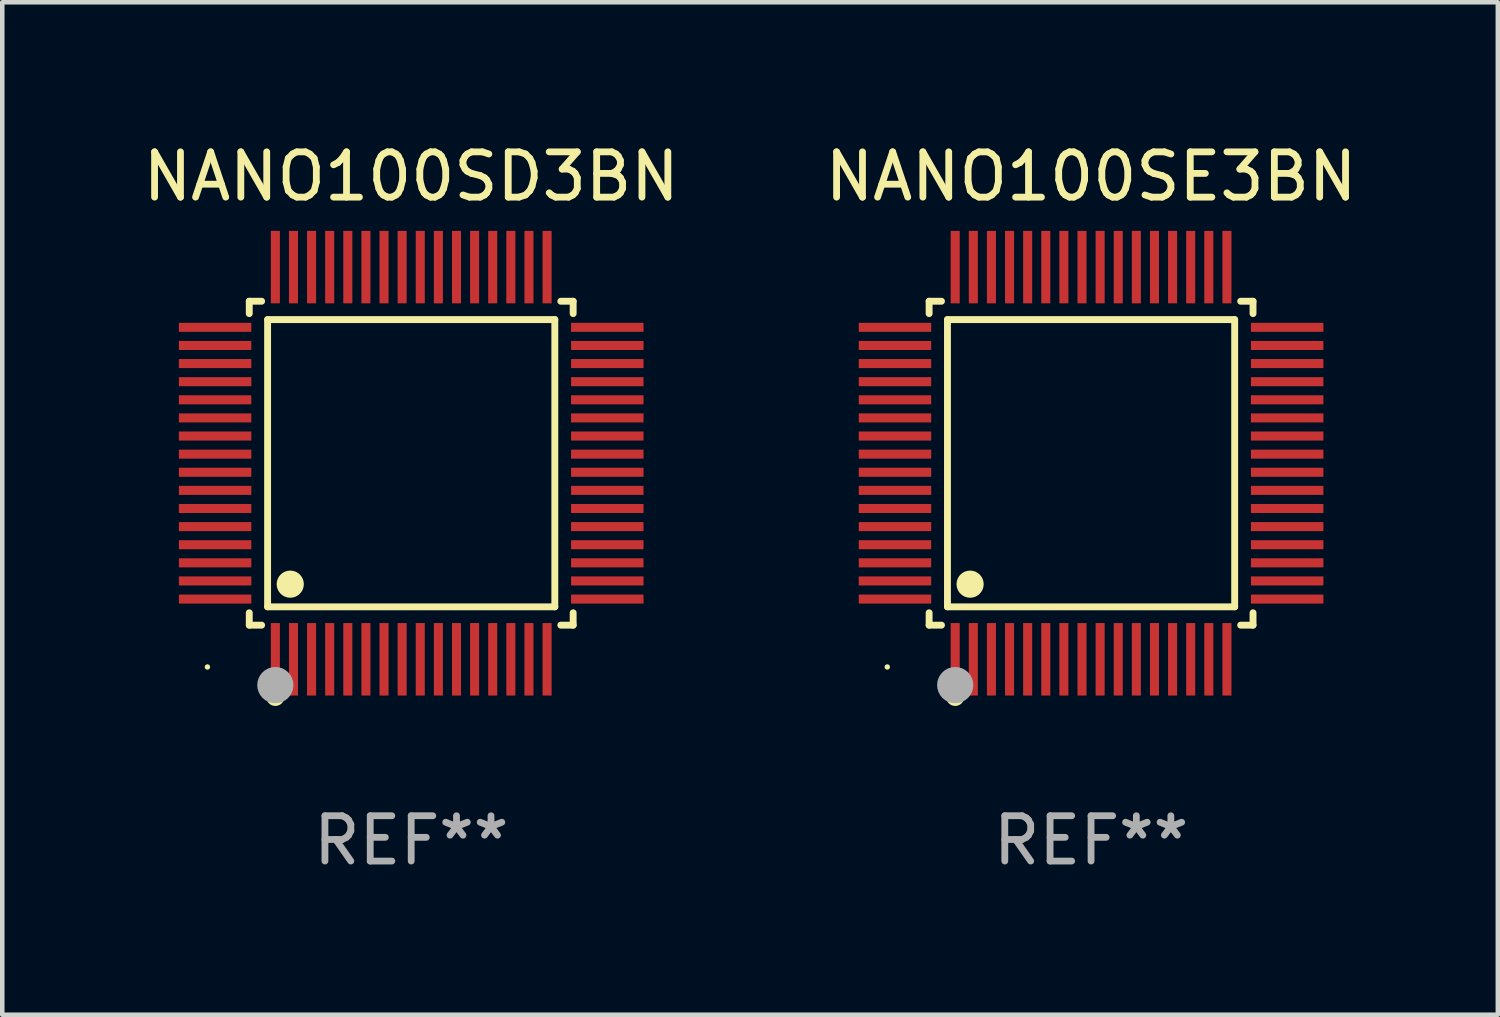
<source format=kicad_pcb>
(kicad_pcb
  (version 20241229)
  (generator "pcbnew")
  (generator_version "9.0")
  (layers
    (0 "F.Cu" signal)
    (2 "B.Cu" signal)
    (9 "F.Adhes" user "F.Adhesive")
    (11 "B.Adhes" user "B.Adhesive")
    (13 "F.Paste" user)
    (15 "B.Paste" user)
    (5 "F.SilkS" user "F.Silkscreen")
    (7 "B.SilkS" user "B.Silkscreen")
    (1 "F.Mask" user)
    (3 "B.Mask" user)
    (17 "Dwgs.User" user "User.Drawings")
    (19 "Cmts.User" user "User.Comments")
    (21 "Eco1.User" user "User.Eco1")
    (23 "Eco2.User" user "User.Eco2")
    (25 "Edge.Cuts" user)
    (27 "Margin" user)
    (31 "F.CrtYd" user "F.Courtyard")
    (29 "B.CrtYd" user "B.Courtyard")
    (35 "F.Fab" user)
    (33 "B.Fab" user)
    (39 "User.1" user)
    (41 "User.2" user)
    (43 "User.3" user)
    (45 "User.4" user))
  (footprint "NANO100SE3BN"
    (layer "F.Cu")
    (at 21.042 7.178)
    (property "Reference" "NANO100SE3BN" (at 0 -6.33 0) (layer "F.SilkS") (effects (font (size 1 1) (thickness 0.15))))
    (attr through_hole)
    (fp_line (start -3.576 -3.576) (end -3.303 -3.576) (stroke (width 0.152) (type solid)) (layer "F.SilkS"))
    (fp_line (start -3.576 -3.303) (end -3.576 -3.576) (stroke (width 0.152) (type solid)) (layer "F.SilkS"))
    (fp_line (start -3.576 3.303) (end -3.576 3.576) (stroke (width 0.152) (type solid)) (layer "F.SilkS"))
    (fp_line (start -3.576 3.576) (end -3.303 3.576) (stroke (width 0.152) (type solid)) (layer "F.SilkS"))
    (fp_line (start -3.171 -3.171) (end 3.171 -3.171) (stroke (width 0.152) (type solid)) (layer "F.SilkS"))
    (fp_line (start -3.171 3.171) (end -3.171 -3.171) (stroke (width 0.152) (type solid)) (layer "F.SilkS"))
    (fp_line (start 3.171 -3.171) (end 3.171 3.171) (stroke (width 0.152) (type solid)) (layer "F.SilkS"))
    (fp_line (start 3.171 3.171) (end -3.171 3.171) (stroke (width 0.152) (type solid)) (layer "F.SilkS"))
    (fp_line (start 3.576 -3.576) (end 3.303 -3.576) (stroke (width 0.152) (type solid)) (layer "F.SilkS"))
    (fp_line (start 3.576 -3.303) (end 3.576 -3.576) (stroke (width 0.152) (type solid)) (layer "F.SilkS"))
    (fp_line (start 3.576 3.303) (end 3.576 3.576) (stroke (width 0.152) (type solid)) (layer "F.SilkS"))
    (fp_line (start 3.576 3.576) (end 3.303 3.576) (stroke (width 0.152) (type solid)) (layer "F.SilkS"))
    (fp_circle (center -4.5 4.5) (end -4.47 4.5) (stroke (width 0.06) (type solid)) (fill no) (layer "F.SilkS"))
    (fp_circle (center -3 5.16) (end -2.9 5.16) (stroke (width 0.2) (type solid)) (fill no) (layer "F.SilkS"))
    (fp_circle (center -2.671 2.671) (end -2.521 2.671) (stroke (width 0.3) (type solid)) (fill no) (layer "F.SilkS"))
    (fp_circle (center -3 4.9) (end -2.8 4.9) (stroke (width 0.4) (type solid)) (fill no) (layer "F.Fab"))
    (fp_text user "REF**" (at 0 8.33 0) (layer "F.Fab") (effects (font (size 1 1) (thickness 0.15))))
    (pad "1" smd rect (at -3 4.33) (size 0.2 1.6) (layers "F.Cu" "F.Mask" "F.Paste"))
    (pad "2" smd rect (at -2.6 4.33) (size 0.2 1.6) (layers "F.Cu" "F.Mask" "F.Paste"))
    (pad "3" smd rect (at -2.2 4.33) (size 0.2 1.6) (layers "F.Cu" "F.Mask" "F.Paste"))
    (pad "4" smd rect (at -1.8 4.33) (size 0.2 1.6) (layers "F.Cu" "F.Mask" "F.Paste"))
    (pad "5" smd rect (at -1.4 4.33) (size 0.2 1.6) (layers "F.Cu" "F.Mask" "F.Paste"))
    (pad "6" smd rect (at -1 4.33) (size 0.2 1.6) (layers "F.Cu" "F.Mask" "F.Paste"))
    (pad "7" smd rect (at -0.6 4.33) (size 0.2 1.6) (layers "F.Cu" "F.Mask" "F.Paste"))
    (pad "8" smd rect (at -0.2 4.33) (size 0.2 1.6) (layers "F.Cu" "F.Mask" "F.Paste"))
    (pad "9" smd rect (at 0.2 4.33) (size 0.2 1.6) (layers "F.Cu" "F.Mask" "F.Paste"))
    (pad "10" smd rect (at 0.6 4.33) (size 0.2 1.6) (layers "F.Cu" "F.Mask" "F.Paste"))
    (pad "11" smd rect (at 1 4.33) (size 0.2 1.6) (layers "F.Cu" "F.Mask" "F.Paste"))
    (pad "12" smd rect (at 1.4 4.33) (size 0.2 1.6) (layers "F.Cu" "F.Mask" "F.Paste"))
    (pad "13" smd rect (at 1.8 4.33) (size 0.2 1.6) (layers "F.Cu" "F.Mask" "F.Paste"))
    (pad "14" smd rect (at 2.2 4.33) (size 0.2 1.6) (layers "F.Cu" "F.Mask" "F.Paste"))
    (pad "15" smd rect (at 2.6 4.33) (size 0.2 1.6) (layers "F.Cu" "F.Mask" "F.Paste"))
    (pad "16" smd rect (at 3 4.33) (size 0.2 1.6) (layers "F.Cu" "F.Mask" "F.Paste"))
    (pad "17" smd rect (at 4.33 3) (size 1.6 0.2) (layers "F.Cu" "F.Mask" "F.Paste"))
    (pad "18" smd rect (at 4.33 2.6) (size 1.6 0.2) (layers "F.Cu" "F.Mask" "F.Paste"))
    (pad "19" smd rect (at 4.33 2.2) (size 1.6 0.2) (layers "F.Cu" "F.Mask" "F.Paste"))
    (pad "20" smd rect (at 4.33 1.8) (size 1.6 0.2) (layers "F.Cu" "F.Mask" "F.Paste"))
    (pad "21" smd rect (at 4.33 1.4) (size 1.6 0.2) (layers "F.Cu" "F.Mask" "F.Paste"))
    (pad "22" smd rect (at 4.33 1) (size 1.6 0.2) (layers "F.Cu" "F.Mask" "F.Paste"))
    (pad "23" smd rect (at 4.33 0.6) (size 1.6 0.2) (layers "F.Cu" "F.Mask" "F.Paste"))
    (pad "24" smd rect (at 4.33 0.2) (size 1.6 0.2) (layers "F.Cu" "F.Mask" "F.Paste"))
    (pad "25" smd rect (at 4.33 -0.2) (size 1.6 0.2) (layers "F.Cu" "F.Mask" "F.Paste"))
    (pad "26" smd rect (at 4.33 -0.6) (size 1.6 0.2) (layers "F.Cu" "F.Mask" "F.Paste"))
    (pad "27" smd rect (at 4.33 -1) (size 1.6 0.2) (layers "F.Cu" "F.Mask" "F.Paste"))
    (pad "28" smd rect (at 4.33 -1.4) (size 1.6 0.2) (layers "F.Cu" "F.Mask" "F.Paste"))
    (pad "29" smd rect (at 4.33 -1.8) (size 1.6 0.2) (layers "F.Cu" "F.Mask" "F.Paste"))
    (pad "30" smd rect (at 4.33 -2.2) (size 1.6 0.2) (layers "F.Cu" "F.Mask" "F.Paste"))
    (pad "31" smd rect (at 4.33 -2.6) (size 1.6 0.2) (layers "F.Cu" "F.Mask" "F.Paste"))
    (pad "32" smd rect (at 4.33 -3) (size 1.6 0.2) (layers "F.Cu" "F.Mask" "F.Paste"))
    (pad "33" smd rect (at 3 -4.33) (size 0.2 1.6) (layers "F.Cu" "F.Mask" "F.Paste"))
    (pad "34" smd rect (at 2.6 -4.33) (size 0.2 1.6) (layers "F.Cu" "F.Mask" "F.Paste"))
    (pad "35" smd rect (at 2.2 -4.33) (size 0.2 1.6) (layers "F.Cu" "F.Mask" "F.Paste"))
    (pad "36" smd rect (at 1.8 -4.33) (size 0.2 1.6) (layers "F.Cu" "F.Mask" "F.Paste"))
    (pad "37" smd rect (at 1.4 -4.33) (size 0.2 1.6) (layers "F.Cu" "F.Mask" "F.Paste"))
    (pad "38" smd rect (at 1 -4.33) (size 0.2 1.6) (layers "F.Cu" "F.Mask" "F.Paste"))
    (pad "39" smd rect (at 0.6 -4.33) (size 0.2 1.6) (layers "F.Cu" "F.Mask" "F.Paste"))
    (pad "40" smd rect (at 0.2 -4.33) (size 0.2 1.6) (layers "F.Cu" "F.Mask" "F.Paste"))
    (pad "41" smd rect (at -0.2 -4.33) (size 0.2 1.6) (layers "F.Cu" "F.Mask" "F.Paste"))
    (pad "42" smd rect (at -0.6 -4.33) (size 0.2 1.6) (layers "F.Cu" "F.Mask" "F.Paste"))
    (pad "43" smd rect (at -1 -4.33) (size 0.2 1.6) (layers "F.Cu" "F.Mask" "F.Paste"))
    (pad "44" smd rect (at -1.4 -4.33) (size 0.2 1.6) (layers "F.Cu" "F.Mask" "F.Paste"))
    (pad "45" smd rect (at -1.8 -4.33) (size 0.2 1.6) (layers "F.Cu" "F.Mask" "F.Paste"))
    (pad "46" smd rect (at -2.2 -4.33) (size 0.2 1.6) (layers "F.Cu" "F.Mask" "F.Paste"))
    (pad "47" smd rect (at -2.6 -4.33) (size 0.2 1.6) (layers "F.Cu" "F.Mask" "F.Paste"))
    (pad "48" smd rect (at -3 -4.33) (size 0.2 1.6) (layers "F.Cu" "F.Mask" "F.Paste"))
    (pad "49" smd rect (at -4.33 -3) (size 1.6 0.2) (layers "F.Cu" "F.Mask" "F.Paste"))
    (pad "50" smd rect (at -4.33 -2.6) (size 1.6 0.2) (layers "F.Cu" "F.Mask" "F.Paste"))
    (pad "51" smd rect (at -4.33 -2.2) (size 1.6 0.2) (layers "F.Cu" "F.Mask" "F.Paste"))
    (pad "52" smd rect (at -4.33 -1.8) (size 1.6 0.2) (layers "F.Cu" "F.Mask" "F.Paste"))
    (pad "53" smd rect (at -4.33 -1.4) (size 1.6 0.2) (layers "F.Cu" "F.Mask" "F.Paste"))
    (pad "54" smd rect (at -4.33 -1) (size 1.6 0.2) (layers "F.Cu" "F.Mask" "F.Paste"))
    (pad "55" smd rect (at -4.33 -0.6) (size 1.6 0.2) (layers "F.Cu" "F.Mask" "F.Paste"))
    (pad "56" smd rect (at -4.33 -0.2) (size 1.6 0.2) (layers "F.Cu" "F.Mask" "F.Paste"))
    (pad "57" smd rect (at -4.33 0.2) (size 1.6 0.2) (layers "F.Cu" "F.Mask" "F.Paste"))
    (pad "58" smd rect (at -4.33 0.6) (size 1.6 0.2) (layers "F.Cu" "F.Mask" "F.Paste"))
    (pad "59" smd rect (at -4.33 1) (size 1.6 0.2) (layers "F.Cu" "F.Mask" "F.Paste"))
    (pad "60" smd rect (at -4.33 1.4) (size 1.6 0.2) (layers "F.Cu" "F.Mask" "F.Paste"))
    (pad "61" smd rect (at -4.33 1.8) (size 1.6 0.2) (layers "F.Cu" "F.Mask" "F.Paste"))
    (pad "62" smd rect (at -4.33 2.2) (size 1.6 0.2) (layers "F.Cu" "F.Mask" "F.Paste"))
    (pad "63" smd rect (at -4.33 2.6) (size 1.6 0.2) (layers "F.Cu" "F.Mask" "F.Paste"))
    (pad "64" smd rect (at -4.33 3) (size 1.6 0.2) (layers "F.Cu" "F.Mask" "F.Paste")))
  (footprint "NANO100SD3BN"
    (layer "F.Cu")
    (at 6.03 7.178)
    (property "Reference" "NANO100SD3BN" (at 0 -6.33 0) (layer "F.SilkS") (effects (font (size 1 1) (thickness 0.15))))
    (attr through_hole)
    (fp_line (start -3.576 -3.576) (end -3.303 -3.576) (stroke (width 0.152) (type solid)) (layer "F.SilkS"))
    (fp_line (start -3.576 -3.303) (end -3.576 -3.576) (stroke (width 0.152) (type solid)) (layer "F.SilkS"))
    (fp_line (start -3.576 3.303) (end -3.576 3.576) (stroke (width 0.152) (type solid)) (layer "F.SilkS"))
    (fp_line (start -3.576 3.576) (end -3.303 3.576) (stroke (width 0.152) (type solid)) (layer "F.SilkS"))
    (fp_line (start -3.171 -3.171) (end 3.171 -3.171) (stroke (width 0.152) (type solid)) (layer "F.SilkS"))
    (fp_line (start -3.171 3.171) (end -3.171 -3.171) (stroke (width 0.152) (type solid)) (layer "F.SilkS"))
    (fp_line (start 3.171 -3.171) (end 3.171 3.171) (stroke (width 0.152) (type solid)) (layer "F.SilkS"))
    (fp_line (start 3.171 3.171) (end -3.171 3.171) (stroke (width 0.152) (type solid)) (layer "F.SilkS"))
    (fp_line (start 3.576 -3.576) (end 3.303 -3.576) (stroke (width 0.152) (type solid)) (layer "F.SilkS"))
    (fp_line (start 3.576 -3.303) (end 3.576 -3.576) (stroke (width 0.152) (type solid)) (layer "F.SilkS"))
    (fp_line (start 3.576 3.303) (end 3.576 3.576) (stroke (width 0.152) (type solid)) (layer "F.SilkS"))
    (fp_line (start 3.576 3.576) (end 3.303 3.576) (stroke (width 0.152) (type solid)) (layer "F.SilkS"))
    (fp_circle (center -4.5 4.5) (end -4.47 4.5) (stroke (width 0.06) (type solid)) (fill no) (layer "F.SilkS"))
    (fp_circle (center -3 5.16) (end -2.9 5.16) (stroke (width 0.2) (type solid)) (fill no) (layer "F.SilkS"))
    (fp_circle (center -2.671 2.671) (end -2.521 2.671) (stroke (width 0.3) (type solid)) (fill no) (layer "F.SilkS"))
    (fp_circle (center -3 4.9) (end -2.8 4.9) (stroke (width 0.4) (type solid)) (fill no) (layer "F.Fab"))
    (fp_text user "REF**" (at 0 8.33 0) (layer "F.Fab") (effects (font (size 1 1) (thickness 0.15))))
    (pad "1" smd rect (at -3 4.33) (size 0.2 1.6) (layers "F.Cu" "F.Mask" "F.Paste"))
    (pad "2" smd rect (at -2.6 4.33) (size 0.2 1.6) (layers "F.Cu" "F.Mask" "F.Paste"))
    (pad "3" smd rect (at -2.2 4.33) (size 0.2 1.6) (layers "F.Cu" "F.Mask" "F.Paste"))
    (pad "4" smd rect (at -1.8 4.33) (size 0.2 1.6) (layers "F.Cu" "F.Mask" "F.Paste"))
    (pad "5" smd rect (at -1.4 4.33) (size 0.2 1.6) (layers "F.Cu" "F.Mask" "F.Paste"))
    (pad "6" smd rect (at -1 4.33) (size 0.2 1.6) (layers "F.Cu" "F.Mask" "F.Paste"))
    (pad "7" smd rect (at -0.6 4.33) (size 0.2 1.6) (layers "F.Cu" "F.Mask" "F.Paste"))
    (pad "8" smd rect (at -0.2 4.33) (size 0.2 1.6) (layers "F.Cu" "F.Mask" "F.Paste"))
    (pad "9" smd rect (at 0.2 4.33) (size 0.2 1.6) (layers "F.Cu" "F.Mask" "F.Paste"))
    (pad "10" smd rect (at 0.6 4.33) (size 0.2 1.6) (layers "F.Cu" "F.Mask" "F.Paste"))
    (pad "11" smd rect (at 1 4.33) (size 0.2 1.6) (layers "F.Cu" "F.Mask" "F.Paste"))
    (pad "12" smd rect (at 1.4 4.33) (size 0.2 1.6) (layers "F.Cu" "F.Mask" "F.Paste"))
    (pad "13" smd rect (at 1.8 4.33) (size 0.2 1.6) (layers "F.Cu" "F.Mask" "F.Paste"))
    (pad "14" smd rect (at 2.2 4.33) (size 0.2 1.6) (layers "F.Cu" "F.Mask" "F.Paste"))
    (pad "15" smd rect (at 2.6 4.33) (size 0.2 1.6) (layers "F.Cu" "F.Mask" "F.Paste"))
    (pad "16" smd rect (at 3 4.33) (size 0.2 1.6) (layers "F.Cu" "F.Mask" "F.Paste"))
    (pad "17" smd rect (at 4.33 3) (size 1.6 0.2) (layers "F.Cu" "F.Mask" "F.Paste"))
    (pad "18" smd rect (at 4.33 2.6) (size 1.6 0.2) (layers "F.Cu" "F.Mask" "F.Paste"))
    (pad "19" smd rect (at 4.33 2.2) (size 1.6 0.2) (layers "F.Cu" "F.Mask" "F.Paste"))
    (pad "20" smd rect (at 4.33 1.8) (size 1.6 0.2) (layers "F.Cu" "F.Mask" "F.Paste"))
    (pad "21" smd rect (at 4.33 1.4) (size 1.6 0.2) (layers "F.Cu" "F.Mask" "F.Paste"))
    (pad "22" smd rect (at 4.33 1) (size 1.6 0.2) (layers "F.Cu" "F.Mask" "F.Paste"))
    (pad "23" smd rect (at 4.33 0.6) (size 1.6 0.2) (layers "F.Cu" "F.Mask" "F.Paste"))
    (pad "24" smd rect (at 4.33 0.2) (size 1.6 0.2) (layers "F.Cu" "F.Mask" "F.Paste"))
    (pad "25" smd rect (at 4.33 -0.2) (size 1.6 0.2) (layers "F.Cu" "F.Mask" "F.Paste"))
    (pad "26" smd rect (at 4.33 -0.6) (size 1.6 0.2) (layers "F.Cu" "F.Mask" "F.Paste"))
    (pad "27" smd rect (at 4.33 -1) (size 1.6 0.2) (layers "F.Cu" "F.Mask" "F.Paste"))
    (pad "28" smd rect (at 4.33 -1.4) (size 1.6 0.2) (layers "F.Cu" "F.Mask" "F.Paste"))
    (pad "29" smd rect (at 4.33 -1.8) (size 1.6 0.2) (layers "F.Cu" "F.Mask" "F.Paste"))
    (pad "30" smd rect (at 4.33 -2.2) (size 1.6 0.2) (layers "F.Cu" "F.Mask" "F.Paste"))
    (pad "31" smd rect (at 4.33 -2.6) (size 1.6 0.2) (layers "F.Cu" "F.Mask" "F.Paste"))
    (pad "32" smd rect (at 4.33 -3) (size 1.6 0.2) (layers "F.Cu" "F.Mask" "F.Paste"))
    (pad "33" smd rect (at 3 -4.33) (size 0.2 1.6) (layers "F.Cu" "F.Mask" "F.Paste"))
    (pad "34" smd rect (at 2.6 -4.33) (size 0.2 1.6) (layers "F.Cu" "F.Mask" "F.Paste"))
    (pad "35" smd rect (at 2.2 -4.33) (size 0.2 1.6) (layers "F.Cu" "F.Mask" "F.Paste"))
    (pad "36" smd rect (at 1.8 -4.33) (size 0.2 1.6) (layers "F.Cu" "F.Mask" "F.Paste"))
    (pad "37" smd rect (at 1.4 -4.33) (size 0.2 1.6) (layers "F.Cu" "F.Mask" "F.Paste"))
    (pad "38" smd rect (at 1 -4.33) (size 0.2 1.6) (layers "F.Cu" "F.Mask" "F.Paste"))
    (pad "39" smd rect (at 0.6 -4.33) (size 0.2 1.6) (layers "F.Cu" "F.Mask" "F.Paste"))
    (pad "40" smd rect (at 0.2 -4.33) (size 0.2 1.6) (layers "F.Cu" "F.Mask" "F.Paste"))
    (pad "41" smd rect (at -0.2 -4.33) (size 0.2 1.6) (layers "F.Cu" "F.Mask" "F.Paste"))
    (pad "42" smd rect (at -0.6 -4.33) (size 0.2 1.6) (layers "F.Cu" "F.Mask" "F.Paste"))
    (pad "43" smd rect (at -1 -4.33) (size 0.2 1.6) (layers "F.Cu" "F.Mask" "F.Paste"))
    (pad "44" smd rect (at -1.4 -4.33) (size 0.2 1.6) (layers "F.Cu" "F.Mask" "F.Paste"))
    (pad "45" smd rect (at -1.8 -4.33) (size 0.2 1.6) (layers "F.Cu" "F.Mask" "F.Paste"))
    (pad "46" smd rect (at -2.2 -4.33) (size 0.2 1.6) (layers "F.Cu" "F.Mask" "F.Paste"))
    (pad "47" smd rect (at -2.6 -4.33) (size 0.2 1.6) (layers "F.Cu" "F.Mask" "F.Paste"))
    (pad "48" smd rect (at -3 -4.33) (size 0.2 1.6) (layers "F.Cu" "F.Mask" "F.Paste"))
    (pad "49" smd rect (at -4.33 -3) (size 1.6 0.2) (layers "F.Cu" "F.Mask" "F.Paste"))
    (pad "50" smd rect (at -4.33 -2.6) (size 1.6 0.2) (layers "F.Cu" "F.Mask" "F.Paste"))
    (pad "51" smd rect (at -4.33 -2.2) (size 1.6 0.2) (layers "F.Cu" "F.Mask" "F.Paste"))
    (pad "52" smd rect (at -4.33 -1.8) (size 1.6 0.2) (layers "F.Cu" "F.Mask" "F.Paste"))
    (pad "53" smd rect (at -4.33 -1.4) (size 1.6 0.2) (layers "F.Cu" "F.Mask" "F.Paste"))
    (pad "54" smd rect (at -4.33 -1) (size 1.6 0.2) (layers "F.Cu" "F.Mask" "F.Paste"))
    (pad "55" smd rect (at -4.33 -0.6) (size 1.6 0.2) (layers "F.Cu" "F.Mask" "F.Paste"))
    (pad "56" smd rect (at -4.33 -0.2) (size 1.6 0.2) (layers "F.Cu" "F.Mask" "F.Paste"))
    (pad "57" smd rect (at -4.33 0.2) (size 1.6 0.2) (layers "F.Cu" "F.Mask" "F.Paste"))
    (pad "58" smd rect (at -4.33 0.6) (size 1.6 0.2) (layers "F.Cu" "F.Mask" "F.Paste"))
    (pad "59" smd rect (at -4.33 1) (size 1.6 0.2) (layers "F.Cu" "F.Mask" "F.Paste"))
    (pad "60" smd rect (at -4.33 1.4) (size 1.6 0.2) (layers "F.Cu" "F.Mask" "F.Paste"))
    (pad "61" smd rect (at -4.33 1.8) (size 1.6 0.2) (layers "F.Cu" "F.Mask" "F.Paste"))
    (pad "62" smd rect (at -4.33 2.2) (size 1.6 0.2) (layers "F.Cu" "F.Mask" "F.Paste"))
    (pad "63" smd rect (at -4.33 2.6) (size 1.6 0.2) (layers "F.Cu" "F.Mask" "F.Paste"))
    (pad "64" smd rect (at -4.33 3) (size 1.6 0.2) (layers "F.Cu" "F.Mask" "F.Paste")))
  (gr_rect
    (start -3 -3)
    (end 30.024 19.357)
    (stroke (width 0.1) (type default))
    (fill no)
    (layer "Edge.Cuts")))
</source>
